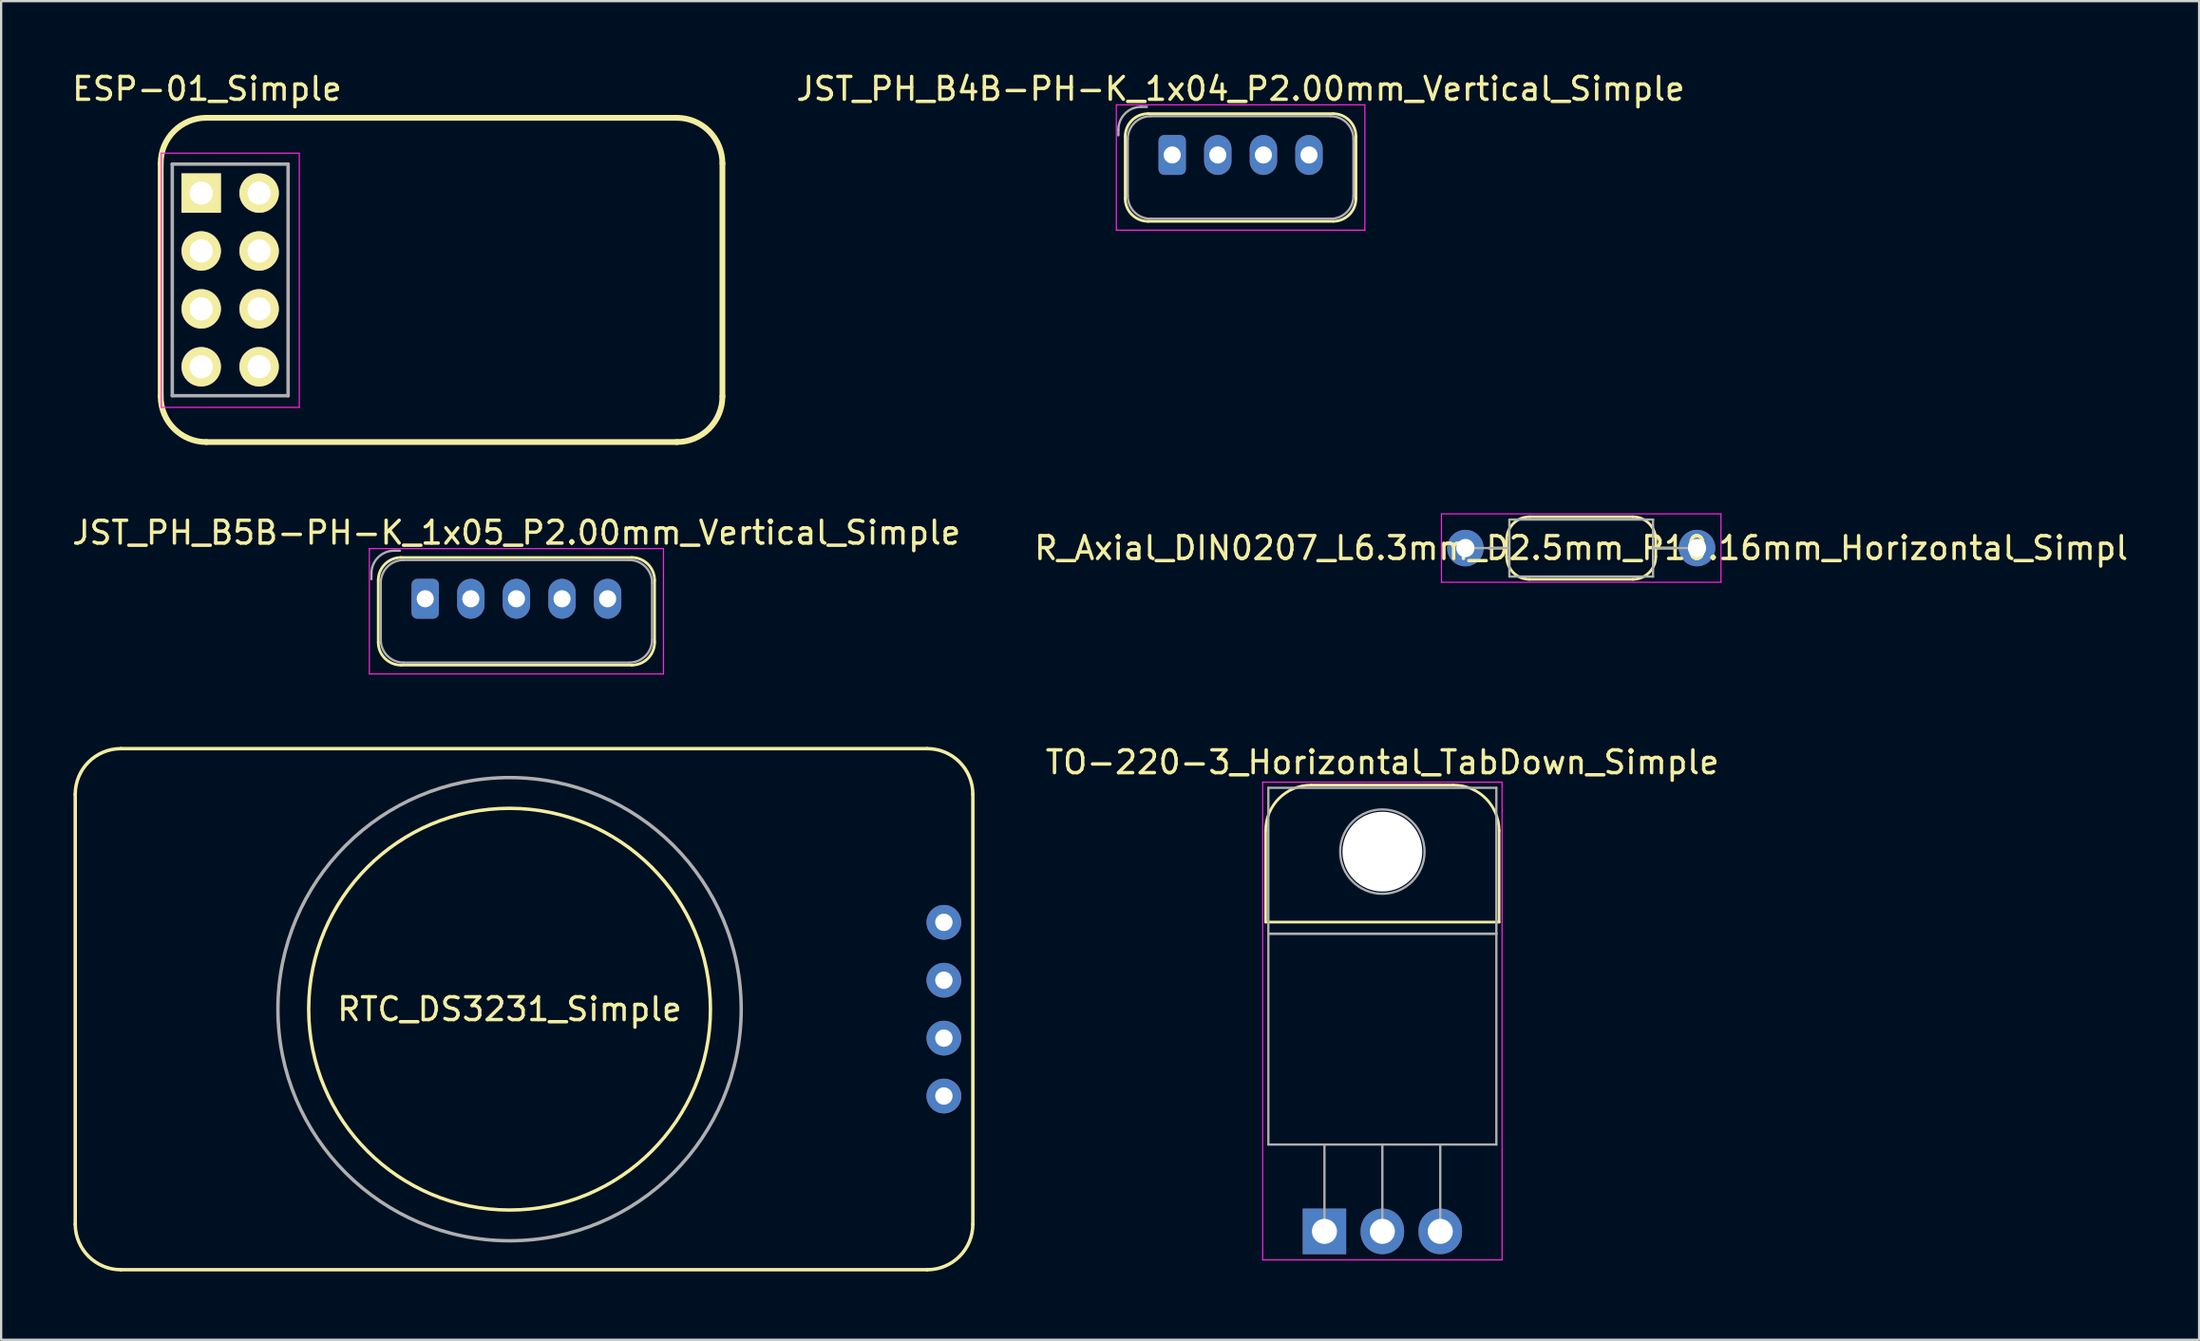
<source format=kicad_pcb>
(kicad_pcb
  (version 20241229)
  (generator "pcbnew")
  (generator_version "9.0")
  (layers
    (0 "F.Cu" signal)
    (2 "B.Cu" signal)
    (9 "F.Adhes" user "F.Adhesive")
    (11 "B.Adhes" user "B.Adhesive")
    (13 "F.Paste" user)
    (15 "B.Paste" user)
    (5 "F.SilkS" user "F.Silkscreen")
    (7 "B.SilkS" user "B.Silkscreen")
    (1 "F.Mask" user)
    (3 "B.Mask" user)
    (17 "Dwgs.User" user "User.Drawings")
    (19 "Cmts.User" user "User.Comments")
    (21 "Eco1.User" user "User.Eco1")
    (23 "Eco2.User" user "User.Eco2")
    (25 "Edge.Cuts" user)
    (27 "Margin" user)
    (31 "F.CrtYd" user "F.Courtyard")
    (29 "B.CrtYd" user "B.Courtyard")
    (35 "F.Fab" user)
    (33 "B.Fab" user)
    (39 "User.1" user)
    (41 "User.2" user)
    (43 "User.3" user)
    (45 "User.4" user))
  (footprint "ESP-01_Simple"
    (layer "F.Cu")
    (at 5.776 5.42)
    (property "Reference" "ESP-01_Simple" (at 0.254 -4.572 0) (layer "F.SilkS") (effects (font (size 1 1) (thickness 0.15))))
    (attr through_hole)
    (fp_line (start -1.778 8.922) (end -1.778 -1.302) (stroke (width 0.254) (type solid)) (layer "F.SilkS"))
    (fp_line (start 0.222 -3.302) (end 20.86 -3.302) (stroke (width 0.254) (type solid)) (layer "F.SilkS"))
    (fp_line (start 20.86 10.922) (end 0.222 10.922) (stroke (width 0.254) (type solid)) (layer "F.SilkS"))
    (fp_line (start 22.86 -1.302) (end 22.86 8.922) (stroke (width 0.254) (type solid)) (layer "F.SilkS"))
    (fp_arc (start -1.778 -1.302) (mid -1.192214 -2.716214) (end 0.222 -3.302) (stroke (width 0.254) (type default)) (layer "F.SilkS"))
    (fp_arc (start 0.222 10.922) (mid -1.192214 10.336214) (end -1.778 8.922) (stroke (width 0.254) (type default)) (layer "F.SilkS"))
    (fp_arc (start 20.86 -3.302) (mid 22.274214 -2.716214) (end 22.86 -1.302) (stroke (width 0.254) (type default)) (layer "F.SilkS"))
    (fp_arc (start 22.86 8.922) (mid 22.274214 10.336214) (end 20.86 10.922) (stroke (width 0.254) (type default)) (layer "F.SilkS"))
    (fp_line (start -1.75 -1.75) (end -1.75 9.4) (stroke (width 0.05) (type solid)) (layer "F.CrtYd"))
    (fp_line (start -1.75 -1.75) (end 4.3 -1.75) (stroke (width 0.05) (type solid)) (layer "F.CrtYd"))
    (fp_line (start -1.75 9.4) (end 4.3 9.4) (stroke (width 0.05) (type solid)) (layer "F.CrtYd"))
    (fp_line (start 4.3 -1.75) (end 4.3 9.4) (stroke (width 0.05) (type solid)) (layer "F.CrtYd"))
    (fp_line (start -1.27 -1.27) (end -1.27 8.89) (stroke (width 0.152) (type solid)) (layer "F.Fab"))
    (fp_line (start -1.27 8.89) (end 3.81 8.89) (stroke (width 0.152) (type solid)) (layer "F.Fab"))
    (fp_line (start 3.81 -1.27) (end -1.27 -1.27) (stroke (width 0.152) (type solid)) (layer "F.Fab"))
    (fp_line (start 3.81 8.89) (end 3.81 -1.27) (stroke (width 0.152) (type solid)) (layer "F.Fab"))
    (pad "1" thru_hole rect (at 0 0) (size 1.727 1.727) (drill 1.016) (layers "*.Cu" "*.Mask" "F.SilkS"))
    (pad "2" thru_hole oval (at 2.54 0) (size 1.727 1.727) (drill 1.016) (layers "*.Cu" "*.Mask" "F.SilkS"))
    (pad "3" thru_hole oval (at 0 2.54) (size 1.727 1.727) (drill 1.016) (layers "*.Cu" "*.Mask" "F.SilkS"))
    (pad "4" thru_hole oval (at 2.54 2.54) (size 1.727 1.727) (drill 1.016) (layers "*.Cu" "*.Mask" "F.SilkS"))
    (pad "5" thru_hole oval (at 0 5.08) (size 1.727 1.727) (drill 1.016) (layers "*.Cu" "*.Mask" "F.SilkS"))
    (pad "6" thru_hole oval (at 2.54 5.08) (size 1.727 1.727) (drill 1.016) (layers "*.Cu" "*.Mask" "F.SilkS"))
    (pad "7" thru_hole oval (at 0 7.62) (size 1.727 1.727) (drill 1.016) (layers "*.Cu" "*.Mask" "F.SilkS"))
    (pad "8" thru_hole oval (at 2.54 7.62) (size 1.727 1.727) (drill 1.016) (layers "*.Cu" "*.Mask" "F.SilkS")))
  (footprint "RTC_DS3231_Simple"
    (layer "F.Cu")
    (at 0.25 29.793)
    (property "Reference" "RTC_DS3231_Simple" (at 19.05 11.43 0) (layer "F.SilkS") (effects (font (size 1 1) (thickness 0.15))))
    (attr through_hole)
    (fp_line (start 0 2) (end 0 20.86) (stroke (width 0.15) (type solid)) (layer "F.SilkS"))
    (fp_line (start 2 0) (end 37.37 0) (stroke (width 0.15) (type solid)) (layer "F.SilkS"))
    (fp_line (start 2 22.86) (end 37.37 22.86) (stroke (width 0.15) (type solid)) (layer "F.SilkS"))
    (fp_line (start 39.37 2) (end 39.37 20.86) (stroke (width 0.15) (type solid)) (layer "F.SilkS"))
    (fp_arc (start 0 2) (mid 0.585786 0.585786) (end 2 0) (stroke (width 0.15) (type default)) (layer "F.SilkS"))
    (fp_arc (start 2 22.86) (mid 0.585786 22.274214) (end 0 20.86) (stroke (width 0.15) (type default)) (layer "F.SilkS"))
    (fp_arc (start 37.37 0) (mid 38.784214 0.585786) (end 39.37 2) (stroke (width 0.15) (type default)) (layer "F.SilkS"))
    (fp_arc (start 39.37 20.86) (mid 38.784214 22.274214) (end 37.37 22.86) (stroke (width 0.15) (type default)) (layer "F.SilkS"))
    (fp_circle (center 19.05 11.43) (end 27.861 11.43) (stroke (width 0.15) (type default)) (fill no) (layer "F.SilkS"))
    (fp_circle (center 19.05 11.43) (end 29.21 11.43) (stroke (width 0.15) (type solid)) (fill no) (layer "F.Fab"))
    (pad "1" thru_hole circle (at 38.1 7.62) (size 1.524 1.524) (drill 0.762) (layers "*.Cu" "*.Mask"))
    (pad "2" thru_hole circle (at 38.1 10.16) (size 1.524 1.524) (drill 0.762) (layers "*.Cu" "*.Mask"))
    (pad "3" thru_hole circle (at 38.1 12.7) (size 1.524 1.524) (drill 0.762) (layers "*.Cu" "*.Mask"))
    (pad "4" thru_hole circle (at 38.1 15.24) (size 1.524 1.524) (drill 0.762) (layers "*.Cu" "*.Mask")))
  (footprint "JST_PH_B5B-PH-K_1x05_P2.00mm_Vertical_Simple"
    (layer "F.Cu")
    (at 15.601 23.218)
    (property "Reference" "JST_PH_B5B-PH-K_1x05_P2.00mm_Vertical_Simple" (at 4 -2.9 0) (layer "F.SilkS") (effects (font (size 1 1) (thickness 0.15))))
    (attr through_hole)
    (fp_line (start -2.06 -0.81) (end -2.06 1.91) (stroke (width 0.12) (type solid)) (layer "F.SilkS"))
    (fp_line (start -1.06 2.91) (end 9.06 2.91) (stroke (width 0.12) (type solid)) (layer "F.SilkS"))
    (fp_line (start 9.06 -1.81) (end -1.06 -1.81) (stroke (width 0.12) (type solid)) (layer "F.SilkS"))
    (fp_line (start 10.06 1.91) (end 10.06 -0.81) (stroke (width 0.12) (type solid)) (layer "F.SilkS"))
    (fp_arc (start -2.06 -0.81) (mid -1.767107 -1.517107) (end -1.06 -1.81) (stroke (width 0.12) (type default)) (layer "F.SilkS"))
    (fp_arc (start -1.06 2.91) (mid -1.767107 2.617107) (end -2.06 1.91) (stroke (width 0.12) (type default)) (layer "F.SilkS"))
    (fp_arc (start 9.06 -1.81) (mid 9.767107 -1.517107) (end 10.06 -0.81) (stroke (width 0.12) (type default)) (layer "F.SilkS"))
    (fp_arc (start 10.06 1.91) (mid 9.767107 2.617107) (end 9.06 2.91) (stroke (width 0.12) (type default)) (layer "F.SilkS"))
    (fp_line (start -2.45 -2.2) (end -2.45 3.3) (stroke (width 0.05) (type solid)) (layer "F.CrtYd"))
    (fp_line (start -2.45 3.3) (end 10.45 3.3) (stroke (width 0.05) (type solid)) (layer "F.CrtYd"))
    (fp_line (start 10.45 -2.2) (end -2.45 -2.2) (stroke (width 0.05) (type solid)) (layer "F.CrtYd"))
    (fp_line (start 10.45 3.3) (end 10.45 -2.2) (stroke (width 0.05) (type solid)) (layer "F.CrtYd"))
    (fp_line (start -2.36 -1.11) (end -2.36 -0.86) (stroke (width 0.1) (type solid)) (layer "F.Fab"))
    (fp_line (start -1.95 -0.7) (end -1.95 1.8) (stroke (width 0.1) (type solid)) (layer "F.Fab"))
    (fp_line (start -1.11 -2.11) (end -1.36 -2.11) (stroke (width 0.1) (type solid)) (layer "F.Fab"))
    (fp_line (start -0.95 2.8) (end 8.95 2.8) (stroke (width 0.1) (type solid)) (layer "F.Fab"))
    (fp_line (start 8.95 -1.7) (end -0.95 -1.7) (stroke (width 0.1) (type solid)) (layer "F.Fab"))
    (fp_line (start 9.95 1.8) (end 9.95 -0.7) (stroke (width 0.1) (type solid)) (layer "F.Fab"))
    (fp_arc (start -2.36 -1.11) (mid -2.067107 -1.817107) (end -1.36 -2.11) (stroke (width 0.1) (type default)) (layer "F.Fab"))
    (fp_arc (start -1.95 -0.7) (mid -1.657107 -1.407107) (end -0.95 -1.7) (stroke (width 0.1) (type default)) (layer "F.Fab"))
    (fp_arc (start -0.95 2.8) (mid -1.657107 2.507107) (end -1.95 1.8) (stroke (width 0.1) (type default)) (layer "F.Fab"))
    (fp_arc (start 8.95 -1.7) (mid 9.657107 -1.407107) (end 9.95 -0.7) (stroke (width 0.1) (type default)) (layer "F.Fab"))
    (fp_arc (start 9.95 1.8) (mid 9.657107 2.507107) (end 8.95 2.8) (stroke (width 0.1) (type default)) (layer "F.Fab"))
    (pad "1" thru_hole roundrect (at 0 0) (size 1.2 1.75) (drill 0.75) (layers "*.Cu" "*.Mask") (roundrect_rratio 0.208))
    (pad "2" thru_hole oval (at 2 0) (size 1.2 1.75) (drill 0.75) (layers "*.Cu" "*.Mask"))
    (pad "3" thru_hole oval (at 4 0) (size 1.2 1.75) (drill 0.75) (layers "*.Cu" "*.Mask"))
    (pad "4" thru_hole oval (at 6 0) (size 1.2 1.75) (drill 0.75) (layers "*.Cu" "*.Mask"))
    (pad "5" thru_hole oval (at 8 0) (size 1.2 1.75) (drill 0.75) (layers "*.Cu" "*.Mask")))
  (footprint "R_Axial_DIN0207_L6.3mm_D2.5mm_P10.16mm_Horizontal_Simpl"
    (layer "F.Cu")
    (at 61.224 20.994)
    (property "Reference" "R_Axial_DIN0207_L6.3mm_D2.5mm_P10.16mm_Horizontal_Simpl" (at 5.08 0 0) (layer "F.SilkS") (effects (font (size 1 1) (thickness 0.15))))
    (attr through_hole)
    (fp_line (start 1.04 0) (end 1.81 0) (stroke (width 0.12) (type solid)) (layer "F.SilkS"))
    (fp_line (start 1.81 -0.37) (end 1.81 0.37) (stroke (width 0.12) (type solid)) (layer "F.SilkS"))
    (fp_line (start 2.81 1.37) (end 7.35 1.37) (stroke (width 0.12) (type solid)) (layer "F.SilkS"))
    (fp_line (start 7.35 -1.37) (end 2.81 -1.37) (stroke (width 0.12) (type solid)) (layer "F.SilkS"))
    (fp_line (start 8.35 0.37) (end 8.35 -0.37) (stroke (width 0.12) (type solid)) (layer "F.SilkS"))
    (fp_line (start 9.12 0) (end 8.35 0) (stroke (width 0.12) (type solid)) (layer "F.SilkS"))
    (fp_arc (start 1.81 -0.37) (mid 2.102893 -1.077107) (end 2.81 -1.37) (stroke (width 0.12) (type default)) (layer "F.SilkS"))
    (fp_arc (start 2.81 1.37) (mid 2.102893 1.077107) (end 1.81 0.37) (stroke (width 0.12) (type default)) (layer "F.SilkS"))
    (fp_arc (start 7.35 -1.37) (mid 8.057107 -1.077107) (end 8.35 -0.37) (stroke (width 0.12) (type default)) (layer "F.SilkS"))
    (fp_arc (start 8.35 0.37) (mid 8.057107 1.077107) (end 7.35 1.37) (stroke (width 0.12) (type default)) (layer "F.SilkS"))
    (fp_line (start -1.05 -1.5) (end -1.05 1.5) (stroke (width 0.05) (type solid)) (layer "F.CrtYd"))
    (fp_line (start -1.05 1.5) (end 11.21 1.5) (stroke (width 0.05) (type solid)) (layer "F.CrtYd"))
    (fp_line (start 11.21 -1.5) (end -1.05 -1.5) (stroke (width 0.05) (type solid)) (layer "F.CrtYd"))
    (fp_line (start 11.21 1.5) (end 11.21 -1.5) (stroke (width 0.05) (type solid)) (layer "F.CrtYd"))
    (fp_line (start 0 0) (end 1.93 0) (stroke (width 0.1) (type solid)) (layer "F.Fab"))
    (fp_line (start 1.93 -1.25) (end 1.93 1.25) (stroke (width 0.1) (type solid)) (layer "F.Fab"))
    (fp_line (start 1.93 1.25) (end 8.23 1.25) (stroke (width 0.1) (type solid)) (layer "F.Fab"))
    (fp_line (start 8.23 -1.25) (end 1.93 -1.25) (stroke (width 0.1) (type solid)) (layer "F.Fab"))
    (fp_line (start 8.23 1.25) (end 8.23 -1.25) (stroke (width 0.1) (type solid)) (layer "F.Fab"))
    (fp_line (start 10.16 0) (end 8.23 0) (stroke (width 0.1) (type solid)) (layer "F.Fab"))
    (pad "1" thru_hole circle (at 0 0) (size 1.6 1.6) (drill 0.8) (layers "*.Cu" "*.Mask"))
    (pad "2" thru_hole oval (at 10.16 0) (size 1.6 1.6) (drill 0.8) (layers "*.Cu" "*.Mask")))
  (footprint "JST_PH_B4B-PH-K_1x04_P2.00mm_Vertical_Simple"
    (layer "F.Cu")
    (at 48.364 3.748)
    (property "Reference" "JST_PH_B4B-PH-K_1x04_P2.00mm_Vertical_Simple" (at 3 -2.9 180) (layer "F.SilkS") (effects (font (size 1 1) (thickness 0.15))))
    (attr through_hole)
    (fp_line (start -2.06 -0.81) (end -2.06 1.91) (stroke (width 0.12) (type solid)) (layer "F.SilkS"))
    (fp_line (start -1.06 2.91) (end 7.06 2.91) (stroke (width 0.12) (type solid)) (layer "F.SilkS"))
    (fp_line (start 7.06 -1.81) (end -1.06 -1.81) (stroke (width 0.12) (type solid)) (layer "F.SilkS"))
    (fp_line (start 8.06 1.91) (end 8.06 -0.81) (stroke (width 0.12) (type solid)) (layer "F.SilkS"))
    (fp_arc (start -2.06 -0.81) (mid -1.767107 -1.517107) (end -1.06 -1.81) (stroke (width 0.12) (type default)) (layer "F.SilkS"))
    (fp_arc (start -1.06 2.91) (mid -1.767107 2.617107) (end -2.06 1.91) (stroke (width 0.12) (type default)) (layer "F.SilkS"))
    (fp_arc (start 7.06 -1.81) (mid 7.767107 -1.517107) (end 8.06 -0.81) (stroke (width 0.12) (type default)) (layer "F.SilkS"))
    (fp_arc (start 8.06 1.91) (mid 7.767107 2.617107) (end 7.06 2.91) (stroke (width 0.12) (type default)) (layer "F.SilkS"))
    (fp_line (start -2.45 -2.2) (end -2.45 3.3) (stroke (width 0.05) (type solid)) (layer "F.CrtYd"))
    (fp_line (start -2.45 3.3) (end 8.45 3.3) (stroke (width 0.05) (type solid)) (layer "F.CrtYd"))
    (fp_line (start 8.45 -2.2) (end -2.45 -2.2) (stroke (width 0.05) (type solid)) (layer "F.CrtYd"))
    (fp_line (start 8.45 3.3) (end 8.45 -2.2) (stroke (width 0.05) (type solid)) (layer "F.CrtYd"))
    (fp_line (start -2.36 -1.11) (end -2.36 -0.86) (stroke (width 0.1) (type solid)) (layer "F.Fab"))
    (fp_line (start -1.95 -0.7) (end -1.95 1.8) (stroke (width 0.1) (type solid)) (layer "F.Fab"))
    (fp_line (start -1.11 -2.11) (end -1.36 -2.11) (stroke (width 0.1) (type solid)) (layer "F.Fab"))
    (fp_line (start -0.95 2.8) (end 6.95 2.8) (stroke (width 0.1) (type solid)) (layer "F.Fab"))
    (fp_line (start 6.95 -1.7) (end -0.95 -1.7) (stroke (width 0.1) (type solid)) (layer "F.Fab"))
    (fp_line (start 7.95 1.8) (end 7.95 -0.7) (stroke (width 0.1) (type solid)) (layer "F.Fab"))
    (fp_arc (start -2.36 -1.11) (mid -2.067107 -1.817107) (end -1.36 -2.11) (stroke (width 0.1) (type default)) (layer "F.Fab"))
    (fp_arc (start -1.95 -0.7) (mid -1.657107 -1.407107) (end -0.95 -1.7) (stroke (width 0.1) (type default)) (layer "F.Fab"))
    (fp_arc (start -0.95 2.8) (mid -1.657107 2.507107) (end -1.95 1.8) (stroke (width 0.1) (type default)) (layer "F.Fab"))
    (fp_arc (start 6.95 -1.7) (mid 7.657107 -1.407107) (end 7.95 -0.7) (stroke (width 0.1) (type default)) (layer "F.Fab"))
    (fp_arc (start 7.95 1.8) (mid 7.657107 2.507107) (end 6.95 2.8) (stroke (width 0.1) (type default)) (layer "F.Fab"))
    (pad "1" thru_hole roundrect (at 0 0) (size 1.2 1.75) (drill 0.75) (layers "*.Cu" "*.Mask") (roundrect_rratio 0.208))
    (pad "2" thru_hole oval (at 2 0) (size 1.2 1.75) (drill 0.75) (layers "*.Cu" "*.Mask"))
    (pad "3" thru_hole oval (at 4 0) (size 1.2 1.75) (drill 0.75) (layers "*.Cu" "*.Mask"))
    (pad "4" thru_hole oval (at 6 0) (size 1.2 1.75) (drill 0.75) (layers "*.Cu" "*.Mask")))
  (footprint "TO-220-3_Horizontal_TabDown_Simple"
    (layer "F.Cu")
    (at 55.042 50.971)
    (property "Reference" "TO-220-3_Horizontal_TabDown_Simple" (at 2.54 -20.58 180) (layer "F.SilkS") (effects (font (size 1 1) (thickness 0.15))))
    (attr through_hole)
    (fp_line (start -2.58 -17.58) (end -2.58 -13.57) (stroke (width 0.12) (type solid)) (layer "F.SilkS"))
    (fp_line (start -2.58 -13.57) (end 7.66 -13.57) (stroke (width 0.12) (type solid)) (layer "F.SilkS"))
    (fp_line (start -0.58 -19.58) (end 5.66 -19.58) (stroke (width 0.12) (type solid)) (layer "F.SilkS"))
    (fp_line (start 7.66 -17.58) (end 7.66 -13.57) (stroke (width 0.12) (type solid)) (layer "F.SilkS"))
    (fp_arc (start -2.58 -17.58) (mid -1.994214 -18.994214) (end -0.58 -19.58) (stroke (width 0.12) (type default)) (layer "F.SilkS"))
    (fp_arc (start 5.66 -19.58) (mid 7.074214 -18.994214) (end 7.66 -17.58) (stroke (width 0.12) (type default)) (layer "F.SilkS"))
    (fp_line (start -2.71 -19.71) (end -2.71 1.25) (stroke (width 0.05) (type solid)) (layer "F.CrtYd"))
    (fp_line (start -2.71 1.25) (end 7.79 1.25) (stroke (width 0.05) (type solid)) (layer "F.CrtYd"))
    (fp_line (start 7.79 -19.71) (end -2.71 -19.71) (stroke (width 0.05) (type solid)) (layer "F.CrtYd"))
    (fp_line (start 7.79 1.25) (end 7.79 -19.71) (stroke (width 0.05) (type solid)) (layer "F.CrtYd"))
    (fp_line (start -2.46 -19.46) (end 7.54 -19.46) (stroke (width 0.1) (type solid)) (layer "F.Fab"))
    (fp_line (start -2.46 -13.06) (end -2.46 -19.46) (stroke (width 0.1) (type solid)) (layer "F.Fab"))
    (fp_line (start -2.46 -13.06) (end 7.54 -13.06) (stroke (width 0.1) (type solid)) (layer "F.Fab"))
    (fp_line (start -2.46 -3.81) (end -2.46 -13.06) (stroke (width 0.1) (type solid)) (layer "F.Fab"))
    (fp_line (start 0 -3.81) (end 0 0) (stroke (width 0.1) (type solid)) (layer "F.Fab"))
    (fp_line (start 2.54 -3.81) (end 2.54 0) (stroke (width 0.1) (type solid)) (layer "F.Fab"))
    (fp_line (start 5.08 -3.81) (end 5.08 0) (stroke (width 0.1) (type solid)) (layer "F.Fab"))
    (fp_line (start 7.54 -19.46) (end 7.54 -13.06) (stroke (width 0.1) (type solid)) (layer "F.Fab"))
    (fp_line (start 7.54 -13.06) (end -2.46 -13.06) (stroke (width 0.1) (type solid)) (layer "F.Fab"))
    (fp_line (start 7.54 -13.06) (end 7.54 -3.81) (stroke (width 0.1) (type solid)) (layer "F.Fab"))
    (fp_line (start 7.54 -3.81) (end -2.46 -3.81) (stroke (width 0.1) (type solid)) (layer "F.Fab"))
    (fp_circle (center 2.54 -16.66) (end 4.39 -16.66) (stroke (width 0.1) (type solid)) (fill no) (layer "F.Fab"))
    (pad "" np_thru_hole oval (at 2.54 -16.66) (size 3.5 3.5) (drill 3.5) (layers "*.Cu" "*.Mask"))
    (pad "1" thru_hole rect (at 0 0) (size 1.905 2) (drill 1.1) (layers "*.Cu" "*.Mask"))
    (pad "2" thru_hole oval (at 2.54 0) (size 1.905 2) (drill 1.1) (layers "*.Cu" "*.Mask"))
    (pad "3" thru_hole oval (at 5.08 0) (size 1.905 2) (drill 1.1) (layers "*.Cu" "*.Mask")))
  (gr_rect
    (start -3 -3)
    (end 93.405 55.727)
    (stroke (width 0.1) (type default))
    (fill no)
    (layer "Edge.Cuts")))
</source>
